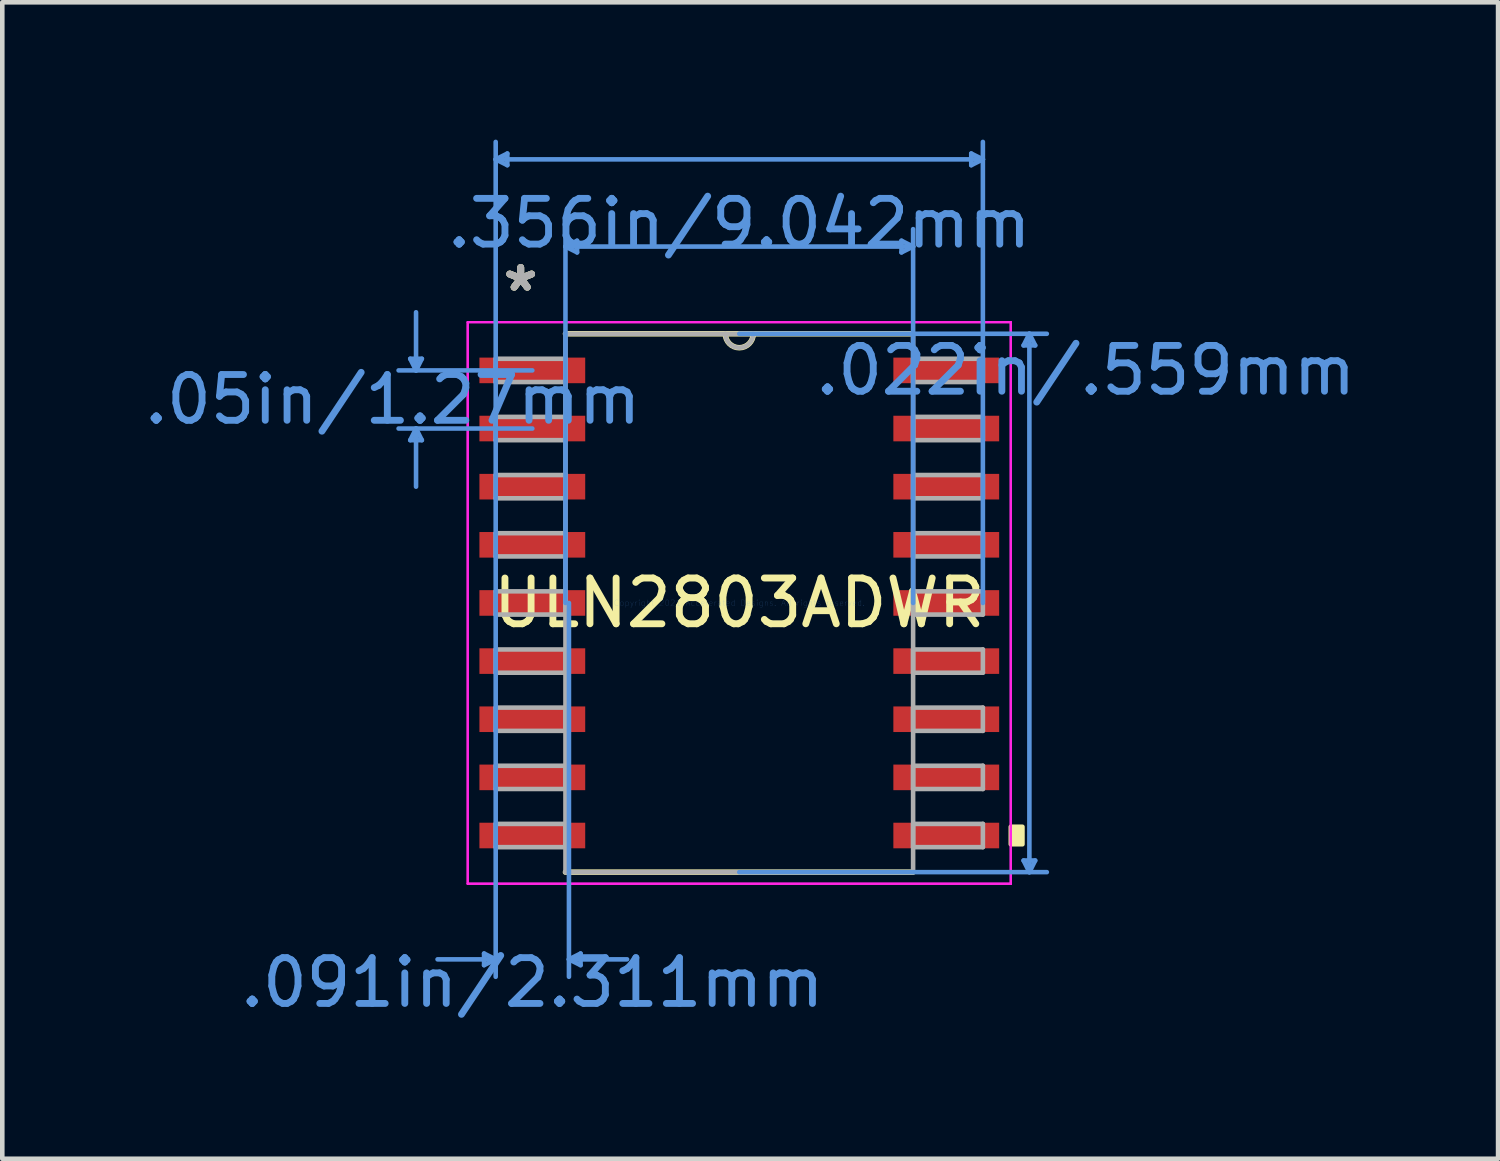
<source format=kicad_pcb>
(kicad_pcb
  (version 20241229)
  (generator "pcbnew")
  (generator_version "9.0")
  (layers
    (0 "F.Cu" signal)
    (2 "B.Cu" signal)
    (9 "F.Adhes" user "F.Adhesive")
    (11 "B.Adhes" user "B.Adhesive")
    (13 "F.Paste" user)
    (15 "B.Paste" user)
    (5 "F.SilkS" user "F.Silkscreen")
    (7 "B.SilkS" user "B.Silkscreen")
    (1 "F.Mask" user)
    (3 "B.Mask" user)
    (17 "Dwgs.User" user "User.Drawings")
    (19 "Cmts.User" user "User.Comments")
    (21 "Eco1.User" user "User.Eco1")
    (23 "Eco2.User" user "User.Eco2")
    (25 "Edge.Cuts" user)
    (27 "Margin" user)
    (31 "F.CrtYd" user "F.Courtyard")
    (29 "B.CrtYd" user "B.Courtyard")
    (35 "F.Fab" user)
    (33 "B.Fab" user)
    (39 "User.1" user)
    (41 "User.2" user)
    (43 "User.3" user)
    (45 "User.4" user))
  (footprint "ULN2803ADWR"
    (layer "F.Cu")
    (at 13.099 10.121)
    (property "Reference" "ULN2803ADWR" (at 0 0 0) (layer "F.SilkS") (effects (font (size 1 1) (thickness 0.15))))
    (attr through_hole)
    (fp_line (start -3.797 5.88) (end 3.797 5.88) (stroke (width 0.12) (type solid)) (layer "F.SilkS"))
    (fp_line (start 3.797 -5.88) (end -3.797 -5.88) (stroke (width 0.12) (type solid)) (layer "F.SilkS"))
    (fp_arc (start 0.3048 -5.8801) (mid 0 -5.5753) (end -0.3048 -5.8801) (stroke (width 0.12) (type solid)) (layer "F.SilkS"))
    (fp_poly (pts (xy 6.185 4.889) (xy 6.185 5.271) (xy 5.931 5.271) (xy 5.931 4.889)) (stroke (width 0.1) (type solid)) (fill yes) (layer "F.SilkS"))
    (fp_line (start -7.188 -5.334) (end -6.934 -5.334) (stroke (width 0.1) (type solid)) (layer "Cmts.User"))
    (fp_line (start -7.188 -3.556) (end -6.934 -3.556) (stroke (width 0.1) (type solid)) (layer "Cmts.User"))
    (fp_line (start -7.061 -5.08) (end -7.188 -5.334) (stroke (width 0.1) (type solid)) (layer "Cmts.User"))
    (fp_line (start -7.061 -5.08) (end -7.061 -6.35) (stroke (width 0.1) (type solid)) (layer "Cmts.User"))
    (fp_line (start -7.061 -5.08) (end -6.934 -5.334) (stroke (width 0.1) (type solid)) (layer "Cmts.User"))
    (fp_line (start -7.061 -3.81) (end -7.188 -3.556) (stroke (width 0.1) (type solid)) (layer "Cmts.User"))
    (fp_line (start -7.061 -3.81) (end -7.061 -2.54) (stroke (width 0.1) (type solid)) (layer "Cmts.User"))
    (fp_line (start -7.061 -3.81) (end -6.934 -3.556) (stroke (width 0.1) (type solid)) (layer "Cmts.User"))
    (fp_line (start -5.575 7.658) (end -5.575 7.912) (stroke (width 0.1) (type solid)) (layer "Cmts.User"))
    (fp_line (start -5.321 -9.69) (end -5.067 -9.817) (stroke (width 0.1) (type solid)) (layer "Cmts.User"))
    (fp_line (start -5.321 -9.69) (end -5.067 -9.563) (stroke (width 0.1) (type solid)) (layer "Cmts.User"))
    (fp_line (start -5.321 -9.69) (end 5.321 -9.69) (stroke (width 0.1) (type solid)) (layer "Cmts.User"))
    (fp_line (start -5.321 0) (end -5.321 -10.071) (stroke (width 0.1) (type solid)) (layer "Cmts.User"))
    (fp_line (start -5.321 0) (end -5.321 8.166) (stroke (width 0.1) (type solid)) (layer "Cmts.User"))
    (fp_line (start -5.321 7.785) (end -6.591 7.785) (stroke (width 0.1) (type solid)) (layer "Cmts.User"))
    (fp_line (start -5.321 7.785) (end -5.575 7.658) (stroke (width 0.1) (type solid)) (layer "Cmts.User"))
    (fp_line (start -5.321 7.785) (end -5.575 7.912) (stroke (width 0.1) (type solid)) (layer "Cmts.User"))
    (fp_line (start -5.067 -9.817) (end -5.067 -9.563) (stroke (width 0.1) (type solid)) (layer "Cmts.User"))
    (fp_line (start -4.521 -5.08) (end -7.442 -5.08) (stroke (width 0.1) (type solid)) (layer "Cmts.User"))
    (fp_line (start -4.521 -3.81) (end -7.442 -3.81) (stroke (width 0.1) (type solid)) (layer "Cmts.User"))
    (fp_line (start -3.797 -7.785) (end -3.543 -7.912) (stroke (width 0.1) (type solid)) (layer "Cmts.User"))
    (fp_line (start -3.797 -7.785) (end -3.543 -7.658) (stroke (width 0.1) (type solid)) (layer "Cmts.User"))
    (fp_line (start -3.797 -7.785) (end 3.797 -7.785) (stroke (width 0.1) (type solid)) (layer "Cmts.User"))
    (fp_line (start -3.797 0) (end -3.797 -8.166) (stroke (width 0.1) (type solid)) (layer "Cmts.User"))
    (fp_line (start -3.721 0) (end -3.721 8.166) (stroke (width 0.1) (type solid)) (layer "Cmts.User"))
    (fp_line (start -3.721 7.785) (end -3.467 7.658) (stroke (width 0.1) (type solid)) (layer "Cmts.User"))
    (fp_line (start -3.721 7.785) (end -3.467 7.912) (stroke (width 0.1) (type solid)) (layer "Cmts.User"))
    (fp_line (start -3.721 7.785) (end -2.451 7.785) (stroke (width 0.1) (type solid)) (layer "Cmts.User"))
    (fp_line (start -3.543 -7.912) (end -3.543 -7.658) (stroke (width 0.1) (type solid)) (layer "Cmts.User"))
    (fp_line (start -3.467 7.658) (end -3.467 7.912) (stroke (width 0.1) (type solid)) (layer "Cmts.User"))
    (fp_line (start 0 -5.88) (end 6.718 -5.88) (stroke (width 0.1) (type solid)) (layer "Cmts.User"))
    (fp_line (start 0 5.88) (end 6.718 5.88) (stroke (width 0.1) (type solid)) (layer "Cmts.User"))
    (fp_line (start 3.543 -7.912) (end 3.543 -7.658) (stroke (width 0.1) (type solid)) (layer "Cmts.User"))
    (fp_line (start 3.797 -7.785) (end 3.543 -7.912) (stroke (width 0.1) (type solid)) (layer "Cmts.User"))
    (fp_line (start 3.797 -7.785) (end 3.543 -7.658) (stroke (width 0.1) (type solid)) (layer "Cmts.User"))
    (fp_line (start 3.797 0) (end 3.797 -8.166) (stroke (width 0.1) (type solid)) (layer "Cmts.User"))
    (fp_line (start 5.067 -9.817) (end 5.067 -9.563) (stroke (width 0.1) (type solid)) (layer "Cmts.User"))
    (fp_line (start 5.321 -9.69) (end 5.067 -9.817) (stroke (width 0.1) (type solid)) (layer "Cmts.User"))
    (fp_line (start 5.321 -9.69) (end 5.067 -9.563) (stroke (width 0.1) (type solid)) (layer "Cmts.User"))
    (fp_line (start 5.321 0) (end 5.321 -10.071) (stroke (width 0.1) (type solid)) (layer "Cmts.User"))
    (fp_line (start 6.21 -5.626) (end 6.464 -5.626) (stroke (width 0.1) (type solid)) (layer "Cmts.User"))
    (fp_line (start 6.21 5.626) (end 6.464 5.626) (stroke (width 0.1) (type solid)) (layer "Cmts.User"))
    (fp_line (start 6.337 -5.88) (end 6.21 -5.626) (stroke (width 0.1) (type solid)) (layer "Cmts.User"))
    (fp_line (start 6.337 -5.88) (end 6.337 5.88) (stroke (width 0.1) (type solid)) (layer "Cmts.User"))
    (fp_line (start 6.337 -5.88) (end 6.464 -5.626) (stroke (width 0.1) (type solid)) (layer "Cmts.User"))
    (fp_line (start 6.337 5.88) (end 6.21 5.626) (stroke (width 0.1) (type solid)) (layer "Cmts.User"))
    (fp_line (start 6.337 5.88) (end 6.464 5.626) (stroke (width 0.1) (type solid)) (layer "Cmts.User"))
    (fp_line (start -5.931 -6.134) (end 5.931 -6.134) (stroke (width 0.05) (type solid)) (layer "F.CrtYd"))
    (fp_line (start -5.931 -6.134) (end 5.931 -6.134) (stroke (width 0.05) (type solid)) (layer "F.CrtYd"))
    (fp_line (start -5.931 6.134) (end -5.931 -6.134) (stroke (width 0.05) (type solid)) (layer "F.CrtYd"))
    (fp_line (start -5.931 6.134) (end -5.931 -6.134) (stroke (width 0.05) (type solid)) (layer "F.CrtYd"))
    (fp_line (start 5.931 -6.134) (end 5.931 6.134) (stroke (width 0.05) (type solid)) (layer "F.CrtYd"))
    (fp_line (start 5.931 -6.134) (end 5.931 6.134) (stroke (width 0.05) (type solid)) (layer "F.CrtYd"))
    (fp_line (start 5.931 6.134) (end -5.931 6.134) (stroke (width 0.05) (type solid)) (layer "F.CrtYd"))
    (fp_line (start 5.931 6.134) (end -5.931 6.134) (stroke (width 0.05) (type solid)) (layer "F.CrtYd"))
    (fp_line (start -5.321 -5.334) (end -5.321 -4.826) (stroke (width 0.1) (type solid)) (layer "F.Fab"))
    (fp_line (start -5.321 -4.826) (end -3.797 -4.826) (stroke (width 0.1) (type solid)) (layer "F.Fab"))
    (fp_line (start -5.321 -4.064) (end -5.321 -3.556) (stroke (width 0.1) (type solid)) (layer "F.Fab"))
    (fp_line (start -5.321 -3.556) (end -3.797 -3.556) (stroke (width 0.1) (type solid)) (layer "F.Fab"))
    (fp_line (start -5.321 -2.794) (end -5.321 -2.286) (stroke (width 0.1) (type solid)) (layer "F.Fab"))
    (fp_line (start -5.321 -2.286) (end -3.797 -2.286) (stroke (width 0.1) (type solid)) (layer "F.Fab"))
    (fp_line (start -5.321 -1.524) (end -5.321 -1.016) (stroke (width 0.1) (type solid)) (layer "F.Fab"))
    (fp_line (start -5.321 -1.016) (end -3.797 -1.016) (stroke (width 0.1) (type solid)) (layer "F.Fab"))
    (fp_line (start -5.321 -0.254) (end -5.321 0.254) (stroke (width 0.1) (type solid)) (layer "F.Fab"))
    (fp_line (start -5.321 0.254) (end -3.797 0.254) (stroke (width 0.1) (type solid)) (layer "F.Fab"))
    (fp_line (start -5.321 1.016) (end -5.321 1.524) (stroke (width 0.1) (type solid)) (layer "F.Fab"))
    (fp_line (start -5.321 1.524) (end -3.797 1.524) (stroke (width 0.1) (type solid)) (layer "F.Fab"))
    (fp_line (start -5.321 2.286) (end -5.321 2.794) (stroke (width 0.1) (type solid)) (layer "F.Fab"))
    (fp_line (start -5.321 2.794) (end -3.797 2.794) (stroke (width 0.1) (type solid)) (layer "F.Fab"))
    (fp_line (start -5.321 3.556) (end -5.321 4.064) (stroke (width 0.1) (type solid)) (layer "F.Fab"))
    (fp_line (start -5.321 4.064) (end -3.797 4.064) (stroke (width 0.1) (type solid)) (layer "F.Fab"))
    (fp_line (start -5.321 4.826) (end -5.321 5.334) (stroke (width 0.1) (type solid)) (layer "F.Fab"))
    (fp_line (start -5.321 5.334) (end -3.797 5.334) (stroke (width 0.1) (type solid)) (layer "F.Fab"))
    (fp_line (start -3.797 -5.88) (end -3.797 5.88) (stroke (width 0.1) (type solid)) (layer "F.Fab"))
    (fp_line (start -3.797 -5.334) (end -5.321 -5.334) (stroke (width 0.1) (type solid)) (layer "F.Fab"))
    (fp_line (start -3.797 -4.826) (end -3.797 -5.334) (stroke (width 0.1) (type solid)) (layer "F.Fab"))
    (fp_line (start -3.797 -4.064) (end -5.321 -4.064) (stroke (width 0.1) (type solid)) (layer "F.Fab"))
    (fp_line (start -3.797 -3.556) (end -3.797 -4.064) (stroke (width 0.1) (type solid)) (layer "F.Fab"))
    (fp_line (start -3.797 -2.794) (end -5.321 -2.794) (stroke (width 0.1) (type solid)) (layer "F.Fab"))
    (fp_line (start -3.797 -2.286) (end -3.797 -2.794) (stroke (width 0.1) (type solid)) (layer "F.Fab"))
    (fp_line (start -3.797 -1.524) (end -5.321 -1.524) (stroke (width 0.1) (type solid)) (layer "F.Fab"))
    (fp_line (start -3.797 -1.016) (end -3.797 -1.524) (stroke (width 0.1) (type solid)) (layer "F.Fab"))
    (fp_line (start -3.797 -0.254) (end -5.321 -0.254) (stroke (width 0.1) (type solid)) (layer "F.Fab"))
    (fp_line (start -3.797 0.254) (end -3.797 -0.254) (stroke (width 0.1) (type solid)) (layer "F.Fab"))
    (fp_line (start -3.797 1.016) (end -5.321 1.016) (stroke (width 0.1) (type solid)) (layer "F.Fab"))
    (fp_line (start -3.797 1.524) (end -3.797 1.016) (stroke (width 0.1) (type solid)) (layer "F.Fab"))
    (fp_line (start -3.797 2.286) (end -5.321 2.286) (stroke (width 0.1) (type solid)) (layer "F.Fab"))
    (fp_line (start -3.797 2.794) (end -3.797 2.286) (stroke (width 0.1) (type solid)) (layer "F.Fab"))
    (fp_line (start -3.797 3.556) (end -5.321 3.556) (stroke (width 0.1) (type solid)) (layer "F.Fab"))
    (fp_line (start -3.797 4.064) (end -3.797 3.556) (stroke (width 0.1) (type solid)) (layer "F.Fab"))
    (fp_line (start -3.797 4.826) (end -5.321 4.826) (stroke (width 0.1) (type solid)) (layer "F.Fab"))
    (fp_line (start -3.797 5.334) (end -3.797 4.826) (stroke (width 0.1) (type solid)) (layer "F.Fab"))
    (fp_line (start -3.797 5.88) (end 3.797 5.88) (stroke (width 0.1) (type solid)) (layer "F.Fab"))
    (fp_line (start 3.797 -5.88) (end -3.797 -5.88) (stroke (width 0.1) (type solid)) (layer "F.Fab"))
    (fp_line (start 3.797 -5.334) (end 3.797 -4.826) (stroke (width 0.1) (type solid)) (layer "F.Fab"))
    (fp_line (start 3.797 -4.826) (end 5.321 -4.826) (stroke (width 0.1) (type solid)) (layer "F.Fab"))
    (fp_line (start 3.797 -4.064) (end 3.797 -3.556) (stroke (width 0.1) (type solid)) (layer "F.Fab"))
    (fp_line (start 3.797 -3.556) (end 5.321 -3.556) (stroke (width 0.1) (type solid)) (layer "F.Fab"))
    (fp_line (start 3.797 -2.794) (end 3.797 -2.286) (stroke (width 0.1) (type solid)) (layer "F.Fab"))
    (fp_line (start 3.797 -2.286) (end 5.321 -2.286) (stroke (width 0.1) (type solid)) (layer "F.Fab"))
    (fp_line (start 3.797 -1.524) (end 3.797 -1.016) (stroke (width 0.1) (type solid)) (layer "F.Fab"))
    (fp_line (start 3.797 -1.016) (end 5.321 -1.016) (stroke (width 0.1) (type solid)) (layer "F.Fab"))
    (fp_line (start 3.797 -0.254) (end 3.797 0.254) (stroke (width 0.1) (type solid)) (layer "F.Fab"))
    (fp_line (start 3.797 0.254) (end 5.321 0.254) (stroke (width 0.1) (type solid)) (layer "F.Fab"))
    (fp_line (start 3.797 1.016) (end 3.797 1.524) (stroke (width 0.1) (type solid)) (layer "F.Fab"))
    (fp_line (start 3.797 1.524) (end 5.321 1.524) (stroke (width 0.1) (type solid)) (layer "F.Fab"))
    (fp_line (start 3.797 2.286) (end 3.797 2.794) (stroke (width 0.1) (type solid)) (layer "F.Fab"))
    (fp_line (start 3.797 2.794) (end 5.321 2.794) (stroke (width 0.1) (type solid)) (layer "F.Fab"))
    (fp_line (start 3.797 3.556) (end 3.797 4.064) (stroke (width 0.1) (type solid)) (layer "F.Fab"))
    (fp_line (start 3.797 4.064) (end 5.321 4.064) (stroke (width 0.1) (type solid)) (layer "F.Fab"))
    (fp_line (start 3.797 4.826) (end 3.797 5.334) (stroke (width 0.1) (type solid)) (layer "F.Fab"))
    (fp_line (start 3.797 5.334) (end 5.321 5.334) (stroke (width 0.1) (type solid)) (layer "F.Fab"))
    (fp_line (start 3.797 5.88) (end 3.797 -5.88) (stroke (width 0.1) (type solid)) (layer "F.Fab"))
    (fp_line (start 5.321 -5.334) (end 3.797 -5.334) (stroke (width 0.1) (type solid)) (layer "F.Fab"))
    (fp_line (start 5.321 -4.826) (end 5.321 -5.334) (stroke (width 0.1) (type solid)) (layer "F.Fab"))
    (fp_line (start 5.321 -4.064) (end 3.797 -4.064) (stroke (width 0.1) (type solid)) (layer "F.Fab"))
    (fp_line (start 5.321 -3.556) (end 5.321 -4.064) (stroke (width 0.1) (type solid)) (layer "F.Fab"))
    (fp_line (start 5.321 -2.794) (end 3.797 -2.794) (stroke (width 0.1) (type solid)) (layer "F.Fab"))
    (fp_line (start 5.321 -2.286) (end 5.321 -2.794) (stroke (width 0.1) (type solid)) (layer "F.Fab"))
    (fp_line (start 5.321 -1.524) (end 3.797 -1.524) (stroke (width 0.1) (type solid)) (layer "F.Fab"))
    (fp_line (start 5.321 -1.016) (end 5.321 -1.524) (stroke (width 0.1) (type solid)) (layer "F.Fab"))
    (fp_line (start 5.321 -0.254) (end 3.797 -0.254) (stroke (width 0.1) (type solid)) (layer "F.Fab"))
    (fp_line (start 5.321 0.254) (end 5.321 -0.254) (stroke (width 0.1) (type solid)) (layer "F.Fab"))
    (fp_line (start 5.321 1.016) (end 3.797 1.016) (stroke (width 0.1) (type solid)) (layer "F.Fab"))
    (fp_line (start 5.321 1.524) (end 5.321 1.016) (stroke (width 0.1) (type solid)) (layer "F.Fab"))
    (fp_line (start 5.321 2.286) (end 3.797 2.286) (stroke (width 0.1) (type solid)) (layer "F.Fab"))
    (fp_line (start 5.321 2.794) (end 5.321 2.286) (stroke (width 0.1) (type solid)) (layer "F.Fab"))
    (fp_line (start 5.321 3.556) (end 3.797 3.556) (stroke (width 0.1) (type solid)) (layer "F.Fab"))
    (fp_line (start 5.321 4.064) (end 5.321 3.556) (stroke (width 0.1) (type solid)) (layer "F.Fab"))
    (fp_line (start 5.321 4.826) (end 3.797 4.826) (stroke (width 0.1) (type solid)) (layer "F.Fab"))
    (fp_line (start 5.321 5.334) (end 5.321 4.826) (stroke (width 0.1) (type solid)) (layer "F.Fab"))
    (fp_arc (start 0.3048 -5.8801) (mid 0 -5.5753) (end -0.3048 -5.8801) (stroke (width 0.1) (type solid)) (layer "F.Fab"))
    (fp_text user "*" (at -4.775 -6.782 0) (layer "F.SilkS") (effects (font (size 1 1) (thickness 0.15))))
    (fp_text user "*" (at -4.775 -6.782 0) (layer "F.SilkS") (effects (font (size 1 1) (thickness 0.15))))
    (fp_text user ".022in/.559mm" (at 7.569 -5.08 0) (layer "Cmts.User") (effects (font (size 1 1) (thickness 0.15))))
    (fp_text user "Copyright 2021 Accelerated Designs. All rights reserved." (at 0 0 0) (layer "Cmts.User") (effects (font (size 0.127 0.127) (thickness 0.002))))
    (fp_text user ".05in/1.27mm" (at -7.569 -4.445 0) (layer "Cmts.User") (effects (font (size 1 1) (thickness 0.15))))
    (fp_text user ".091in/2.311mm" (at -4.521 8.293 0) (layer "Cmts.User") (effects (font (size 1 1) (thickness 0.15))))
    (fp_text user ".356in/9.042mm" (at 0 -8.293 0) (layer "Cmts.User") (effects (font (size 1 1) (thickness 0.15))))
    (fp_text user "*" (at -4.775 -6.782 0) (layer "F.Fab") (effects (font (size 1 1) (thickness 0.15))))
    (fp_text user "*" (at -4.775 -6.782 0) (layer "F.Fab") (effects (font (size 1 1) (thickness 0.15))))
    (pad "1" smd rect (at -4.521 -5.08) (size 2.311 0.559) (layers "F.Cu" "F.Mask" "F.Paste"))
    (pad "2" smd rect (at -4.521 -3.81) (size 2.311 0.559) (layers "F.Cu" "F.Mask" "F.Paste"))
    (pad "3" smd rect (at -4.521 -2.54) (size 2.311 0.559) (layers "F.Cu" "F.Mask" "F.Paste"))
    (pad "4" smd rect (at -4.521 -1.27) (size 2.311 0.559) (layers "F.Cu" "F.Mask" "F.Paste"))
    (pad "5" smd rect (at -4.521 0) (size 2.311 0.559) (layers "F.Cu" "F.Mask" "F.Paste"))
    (pad "6" smd rect (at -4.521 1.27) (size 2.311 0.559) (layers "F.Cu" "F.Mask" "F.Paste"))
    (pad "7" smd rect (at -4.521 2.54) (size 2.311 0.559) (layers "F.Cu" "F.Mask" "F.Paste"))
    (pad "8" smd rect (at -4.521 3.81) (size 2.311 0.559) (layers "F.Cu" "F.Mask" "F.Paste"))
    (pad "9" smd rect (at -4.521 5.08) (size 2.311 0.559) (layers "F.Cu" "F.Mask" "F.Paste"))
    (pad "10" smd rect (at 4.521 5.08) (size 2.311 0.559) (layers "F.Cu" "F.Mask" "F.Paste"))
    (pad "11" smd rect (at 4.521 3.81) (size 2.311 0.559) (layers "F.Cu" "F.Mask" "F.Paste"))
    (pad "12" smd rect (at 4.521 2.54) (size 2.311 0.559) (layers "F.Cu" "F.Mask" "F.Paste"))
    (pad "13" smd rect (at 4.521 1.27) (size 2.311 0.559) (layers "F.Cu" "F.Mask" "F.Paste"))
    (pad "14" smd rect (at 4.521 0) (size 2.311 0.559) (layers "F.Cu" "F.Mask" "F.Paste"))
    (pad "15" smd rect (at 4.521 -1.27) (size 2.311 0.559) (layers "F.Cu" "F.Mask" "F.Paste"))
    (pad "16" smd rect (at 4.521 -2.54) (size 2.311 0.559) (layers "F.Cu" "F.Mask" "F.Paste"))
    (pad "17" smd rect (at 4.521 -3.81) (size 2.311 0.559) (layers "F.Cu" "F.Mask" "F.Paste"))
    (pad "18" smd rect (at 4.521 -5.08) (size 2.311 0.559) (layers "F.Cu" "F.Mask" "F.Paste")))
  (gr_rect
    (start -3 -3)
    (end 29.674 22.262)
    (stroke (width 0.1) (type default))
    (fill no)
    (layer "Edge.Cuts")))
</source>
